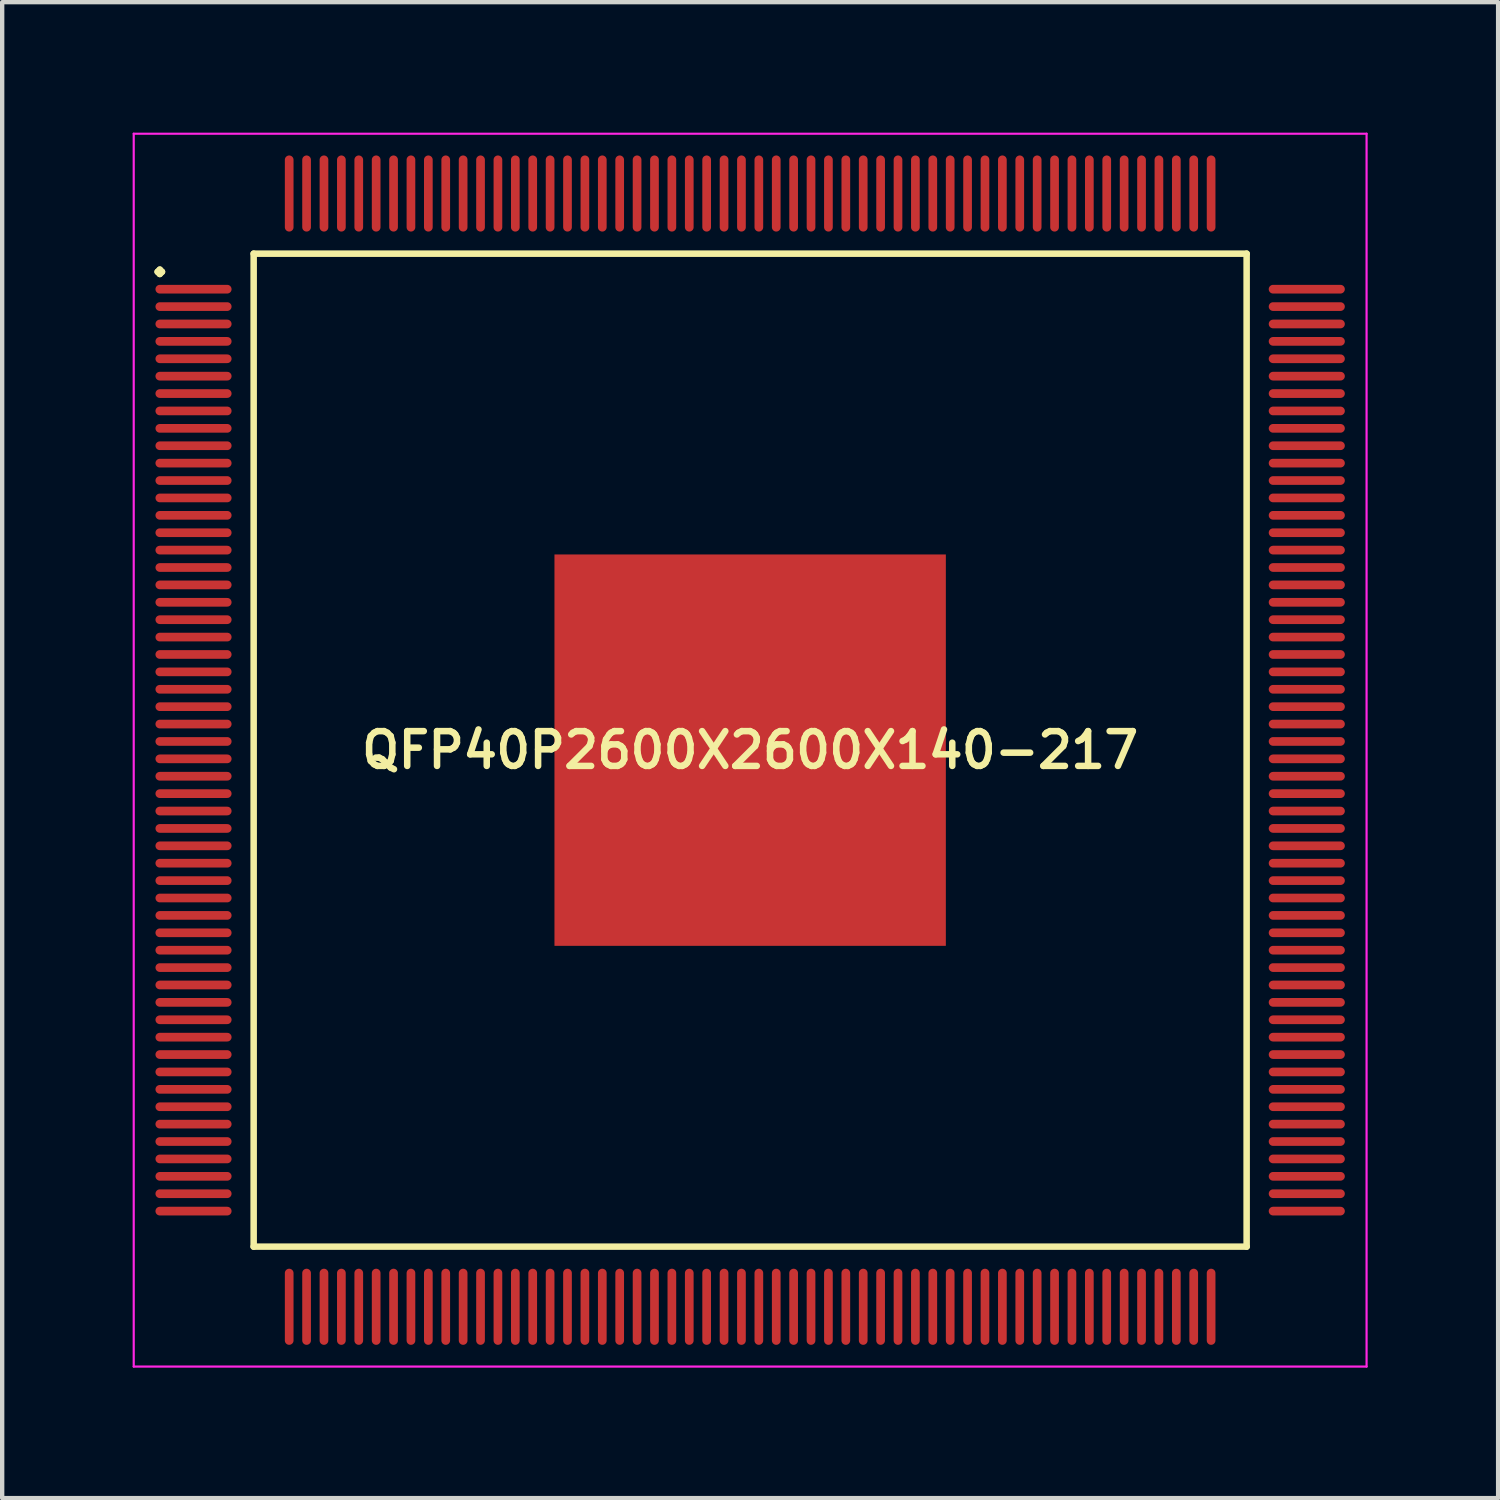
<source format=kicad_pcb>
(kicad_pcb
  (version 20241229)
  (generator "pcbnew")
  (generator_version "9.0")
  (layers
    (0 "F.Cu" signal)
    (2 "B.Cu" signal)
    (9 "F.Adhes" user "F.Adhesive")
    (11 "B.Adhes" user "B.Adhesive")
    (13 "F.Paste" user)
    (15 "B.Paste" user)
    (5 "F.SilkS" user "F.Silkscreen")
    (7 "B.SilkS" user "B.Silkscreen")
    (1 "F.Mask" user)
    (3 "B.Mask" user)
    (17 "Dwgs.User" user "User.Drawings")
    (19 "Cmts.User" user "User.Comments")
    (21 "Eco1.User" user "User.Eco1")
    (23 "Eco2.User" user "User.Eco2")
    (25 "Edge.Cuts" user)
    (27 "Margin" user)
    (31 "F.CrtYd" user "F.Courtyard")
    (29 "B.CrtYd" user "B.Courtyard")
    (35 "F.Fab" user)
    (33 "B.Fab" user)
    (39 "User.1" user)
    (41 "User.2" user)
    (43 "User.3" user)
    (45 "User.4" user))
  (footprint "QFP40P2600X2600X140-217"
    (layer "F.Cu")
    (at 14.2 14.2)
    (property "Reference" "QFP40P2600X2600X140-217" (at 0 0 0) (layer "F.SilkS") (effects (font (size 0.8 0.8) (thickness 0.15))))
    (attr smd)
    (fp_line (start -13.625 -11) (end -13.575 -11.05) (stroke (width 0.15) (type solid)) (layer "F.SilkS"))
    (fp_line (start -13.575 -11.05) (end -13.525 -11) (stroke (width 0.15) (type solid)) (layer "F.SilkS"))
    (fp_line (start -13.575 -10.95) (end -13.625 -11) (stroke (width 0.15) (type solid)) (layer "F.SilkS"))
    (fp_line (start -13.525 -11) (end -13.575 -10.95) (stroke (width 0.15) (type solid)) (layer "F.SilkS"))
    (fp_line (start -11.417 -11.417) (end -11.417 11.417) (stroke (width 0.15) (type solid)) (layer "F.SilkS"))
    (fp_line (start -11.417 11.417) (end 11.417 11.417) (stroke (width 0.15) (type solid)) (layer "F.SilkS"))
    (fp_line (start 11.417 -11.417) (end -11.417 -11.417) (stroke (width 0.15) (type solid)) (layer "F.SilkS"))
    (fp_line (start 11.417 11.417) (end 11.417 -11.417) (stroke (width 0.15) (type solid)) (layer "F.SilkS"))
    (fp_line (start -14.175 -14.175) (end 14.175 -14.175) (stroke (width 0.05) (type solid)) (layer "F.CrtYd"))
    (fp_line (start -14.175 14.175) (end -14.175 -14.175) (stroke (width 0.05) (type solid)) (layer "F.CrtYd"))
    (fp_line (start 14.175 -14.175) (end 14.175 14.175) (stroke (width 0.05) (type solid)) (layer "F.CrtYd"))
    (fp_line (start 14.175 14.175) (end -14.175 14.175) (stroke (width 0.05) (type solid)) (layer "F.CrtYd"))
    (pad "1" smd oval (at -12.8 -10.6) (size 1.75 0.2) (layers "F.Cu" "F.Mask" "F.Paste"))
    (pad "2" smd oval (at -12.8 -10.2) (size 1.75 0.2) (layers "F.Cu" "F.Mask" "F.Paste"))
    (pad "3" smd oval (at -12.8 -9.8) (size 1.75 0.2) (layers "F.Cu" "F.Mask" "F.Paste"))
    (pad "4" smd oval (at -12.8 -9.4) (size 1.75 0.2) (layers "F.Cu" "F.Mask" "F.Paste"))
    (pad "5" smd oval (at -12.8 -9) (size 1.75 0.2) (layers "F.Cu" "F.Mask" "F.Paste"))
    (pad "6" smd oval (at -12.8 -8.6) (size 1.75 0.2) (layers "F.Cu" "F.Mask" "F.Paste"))
    (pad "7" smd oval (at -12.8 -8.2) (size 1.75 0.2) (layers "F.Cu" "F.Mask" "F.Paste"))
    (pad "8" smd oval (at -12.8 -7.8) (size 1.75 0.2) (layers "F.Cu" "F.Mask" "F.Paste"))
    (pad "9" smd oval (at -12.8 -7.4) (size 1.75 0.2) (layers "F.Cu" "F.Mask" "F.Paste"))
    (pad "10" smd oval (at -12.8 -7) (size 1.75 0.2) (layers "F.Cu" "F.Mask" "F.Paste"))
    (pad "11" smd oval (at -12.8 -6.6) (size 1.75 0.2) (layers "F.Cu" "F.Mask" "F.Paste"))
    (pad "12" smd oval (at -12.8 -6.2) (size 1.75 0.2) (layers "F.Cu" "F.Mask" "F.Paste"))
    (pad "13" smd oval (at -12.8 -5.8) (size 1.75 0.2) (layers "F.Cu" "F.Mask" "F.Paste"))
    (pad "14" smd oval (at -12.8 -5.4) (size 1.75 0.2) (layers "F.Cu" "F.Mask" "F.Paste"))
    (pad "15" smd oval (at -12.8 -5) (size 1.75 0.2) (layers "F.Cu" "F.Mask" "F.Paste"))
    (pad "16" smd oval (at -12.8 -4.6) (size 1.75 0.2) (layers "F.Cu" "F.Mask" "F.Paste"))
    (pad "17" smd oval (at -12.8 -4.2) (size 1.75 0.2) (layers "F.Cu" "F.Mask" "F.Paste"))
    (pad "18" smd oval (at -12.8 -3.8) (size 1.75 0.2) (layers "F.Cu" "F.Mask" "F.Paste"))
    (pad "19" smd oval (at -12.8 -3.4) (size 1.75 0.2) (layers "F.Cu" "F.Mask" "F.Paste"))
    (pad "20" smd oval (at -12.8 -3) (size 1.75 0.2) (layers "F.Cu" "F.Mask" "F.Paste"))
    (pad "21" smd oval (at -12.8 -2.6) (size 1.75 0.2) (layers "F.Cu" "F.Mask" "F.Paste"))
    (pad "22" smd oval (at -12.8 -2.2) (size 1.75 0.2) (layers "F.Cu" "F.Mask" "F.Paste"))
    (pad "23" smd oval (at -12.8 -1.8) (size 1.75 0.2) (layers "F.Cu" "F.Mask" "F.Paste"))
    (pad "24" smd oval (at -12.8 -1.4) (size 1.75 0.2) (layers "F.Cu" "F.Mask" "F.Paste"))
    (pad "25" smd oval (at -12.8 -1) (size 1.75 0.2) (layers "F.Cu" "F.Mask" "F.Paste"))
    (pad "26" smd oval (at -12.8 -0.6) (size 1.75 0.2) (layers "F.Cu" "F.Mask" "F.Paste"))
    (pad "27" smd oval (at -12.8 -0.2) (size 1.75 0.2) (layers "F.Cu" "F.Mask" "F.Paste"))
    (pad "28" smd oval (at -12.8 0.2) (size 1.75 0.2) (layers "F.Cu" "F.Mask" "F.Paste"))
    (pad "29" smd oval (at -12.8 0.6) (size 1.75 0.2) (layers "F.Cu" "F.Mask" "F.Paste"))
    (pad "30" smd oval (at -12.8 1) (size 1.75 0.2) (layers "F.Cu" "F.Mask" "F.Paste"))
    (pad "31" smd oval (at -12.8 1.4) (size 1.75 0.2) (layers "F.Cu" "F.Mask" "F.Paste"))
    (pad "32" smd oval (at -12.8 1.8) (size 1.75 0.2) (layers "F.Cu" "F.Mask" "F.Paste"))
    (pad "33" smd oval (at -12.8 2.2) (size 1.75 0.2) (layers "F.Cu" "F.Mask" "F.Paste"))
    (pad "34" smd oval (at -12.8 2.6) (size 1.75 0.2) (layers "F.Cu" "F.Mask" "F.Paste"))
    (pad "35" smd oval (at -12.8 3) (size 1.75 0.2) (layers "F.Cu" "F.Mask" "F.Paste"))
    (pad "36" smd oval (at -12.8 3.4) (size 1.75 0.2) (layers "F.Cu" "F.Mask" "F.Paste"))
    (pad "37" smd oval (at -12.8 3.8) (size 1.75 0.2) (layers "F.Cu" "F.Mask" "F.Paste"))
    (pad "38" smd oval (at -12.8 4.2) (size 1.75 0.2) (layers "F.Cu" "F.Mask" "F.Paste"))
    (pad "39" smd oval (at -12.8 4.6) (size 1.75 0.2) (layers "F.Cu" "F.Mask" "F.Paste"))
    (pad "40" smd oval (at -12.8 5) (size 1.75 0.2) (layers "F.Cu" "F.Mask" "F.Paste"))
    (pad "41" smd oval (at -12.8 5.4) (size 1.75 0.2) (layers "F.Cu" "F.Mask" "F.Paste"))
    (pad "42" smd oval (at -12.8 5.8) (size 1.75 0.2) (layers "F.Cu" "F.Mask" "F.Paste"))
    (pad "43" smd oval (at -12.8 6.2) (size 1.75 0.2) (layers "F.Cu" "F.Mask" "F.Paste"))
    (pad "44" smd oval (at -12.8 6.6) (size 1.75 0.2) (layers "F.Cu" "F.Mask" "F.Paste"))
    (pad "45" smd oval (at -12.8 7) (size 1.75 0.2) (layers "F.Cu" "F.Mask" "F.Paste"))
    (pad "46" smd oval (at -12.8 7.4) (size 1.75 0.2) (layers "F.Cu" "F.Mask" "F.Paste"))
    (pad "47" smd oval (at -12.8 7.8) (size 1.75 0.2) (layers "F.Cu" "F.Mask" "F.Paste"))
    (pad "48" smd oval (at -12.8 8.2) (size 1.75 0.2) (layers "F.Cu" "F.Mask" "F.Paste"))
    (pad "49" smd oval (at -12.8 8.6) (size 1.75 0.2) (layers "F.Cu" "F.Mask" "F.Paste"))
    (pad "50" smd oval (at -12.8 9) (size 1.75 0.2) (layers "F.Cu" "F.Mask" "F.Paste"))
    (pad "51" smd oval (at -12.8 9.4) (size 1.75 0.2) (layers "F.Cu" "F.Mask" "F.Paste"))
    (pad "52" smd oval (at -12.8 9.8) (size 1.75 0.2) (layers "F.Cu" "F.Mask" "F.Paste"))
    (pad "53" smd oval (at -12.8 10.2) (size 1.75 0.2) (layers "F.Cu" "F.Mask" "F.Paste"))
    (pad "54" smd oval (at -12.8 10.6) (size 1.75 0.2) (layers "F.Cu" "F.Mask" "F.Paste"))
    (pad "55" smd oval (at -10.6 12.8) (size 0.2 1.75) (layers "F.Cu" "F.Mask" "F.Paste"))
    (pad "56" smd oval (at -10.2 12.8) (size 0.2 1.75) (layers "F.Cu" "F.Mask" "F.Paste"))
    (pad "57" smd oval (at -9.8 12.8) (size 0.2 1.75) (layers "F.Cu" "F.Mask" "F.Paste"))
    (pad "58" smd oval (at -9.4 12.8) (size 0.2 1.75) (layers "F.Cu" "F.Mask" "F.Paste"))
    (pad "59" smd oval (at -9 12.8) (size 0.2 1.75) (layers "F.Cu" "F.Mask" "F.Paste"))
    (pad "60" smd oval (at -8.6 12.8) (size 0.2 1.75) (layers "F.Cu" "F.Mask" "F.Paste"))
    (pad "61" smd oval (at -8.2 12.8) (size 0.2 1.75) (layers "F.Cu" "F.Mask" "F.Paste"))
    (pad "62" smd oval (at -7.8 12.8) (size 0.2 1.75) (layers "F.Cu" "F.Mask" "F.Paste"))
    (pad "63" smd oval (at -7.4 12.8) (size 0.2 1.75) (layers "F.Cu" "F.Mask" "F.Paste"))
    (pad "64" smd oval (at -7 12.8) (size 0.2 1.75) (layers "F.Cu" "F.Mask" "F.Paste"))
    (pad "65" smd oval (at -6.6 12.8) (size 0.2 1.75) (layers "F.Cu" "F.Mask" "F.Paste"))
    (pad "66" smd oval (at -6.2 12.8) (size 0.2 1.75) (layers "F.Cu" "F.Mask" "F.Paste"))
    (pad "67" smd oval (at -5.8 12.8) (size 0.2 1.75) (layers "F.Cu" "F.Mask" "F.Paste"))
    (pad "68" smd oval (at -5.4 12.8) (size 0.2 1.75) (layers "F.Cu" "F.Mask" "F.Paste"))
    (pad "69" smd oval (at -5 12.8) (size 0.2 1.75) (layers "F.Cu" "F.Mask" "F.Paste"))
    (pad "70" smd oval (at -4.6 12.8) (size 0.2 1.75) (layers "F.Cu" "F.Mask" "F.Paste"))
    (pad "71" smd oval (at -4.2 12.8) (size 0.2 1.75) (layers "F.Cu" "F.Mask" "F.Paste"))
    (pad "72" smd oval (at -3.8 12.8) (size 0.2 1.75) (layers "F.Cu" "F.Mask" "F.Paste"))
    (pad "73" smd oval (at -3.4 12.8) (size 0.2 1.75) (layers "F.Cu" "F.Mask" "F.Paste"))
    (pad "74" smd oval (at -3 12.8) (size 0.2 1.75) (layers "F.Cu" "F.Mask" "F.Paste"))
    (pad "75" smd oval (at -2.6 12.8) (size 0.2 1.75) (layers "F.Cu" "F.Mask" "F.Paste"))
    (pad "76" smd oval (at -2.2 12.8) (size 0.2 1.75) (layers "F.Cu" "F.Mask" "F.Paste"))
    (pad "77" smd oval (at -1.8 12.8) (size 0.2 1.75) (layers "F.Cu" "F.Mask" "F.Paste"))
    (pad "78" smd oval (at -1.4 12.8) (size 0.2 1.75) (layers "F.Cu" "F.Mask" "F.Paste"))
    (pad "79" smd oval (at -1 12.8) (size 0.2 1.75) (layers "F.Cu" "F.Mask" "F.Paste"))
    (pad "80" smd oval (at -0.6 12.8) (size 0.2 1.75) (layers "F.Cu" "F.Mask" "F.Paste"))
    (pad "81" smd oval (at -0.2 12.8) (size 0.2 1.75) (layers "F.Cu" "F.Mask" "F.Paste"))
    (pad "82" smd oval (at 0.2 12.8) (size 0.2 1.75) (layers "F.Cu" "F.Mask" "F.Paste"))
    (pad "83" smd oval (at 0.6 12.8) (size 0.2 1.75) (layers "F.Cu" "F.Mask" "F.Paste"))
    (pad "84" smd oval (at 1 12.8) (size 0.2 1.75) (layers "F.Cu" "F.Mask" "F.Paste"))
    (pad "85" smd oval (at 1.4 12.8) (size 0.2 1.75) (layers "F.Cu" "F.Mask" "F.Paste"))
    (pad "86" smd oval (at 1.8 12.8) (size 0.2 1.75) (layers "F.Cu" "F.Mask" "F.Paste"))
    (pad "87" smd oval (at 2.2 12.8) (size 0.2 1.75) (layers "F.Cu" "F.Mask" "F.Paste"))
    (pad "88" smd oval (at 2.6 12.8) (size 0.2 1.75) (layers "F.Cu" "F.Mask" "F.Paste"))
    (pad "89" smd oval (at 3 12.8) (size 0.2 1.75) (layers "F.Cu" "F.Mask" "F.Paste"))
    (pad "90" smd oval (at 3.4 12.8) (size 0.2 1.75) (layers "F.Cu" "F.Mask" "F.Paste"))
    (pad "91" smd oval (at 3.8 12.8) (size 0.2 1.75) (layers "F.Cu" "F.Mask" "F.Paste"))
    (pad "92" smd oval (at 4.2 12.8) (size 0.2 1.75) (layers "F.Cu" "F.Mask" "F.Paste"))
    (pad "93" smd oval (at 4.6 12.8) (size 0.2 1.75) (layers "F.Cu" "F.Mask" "F.Paste"))
    (pad "94" smd oval (at 5 12.8) (size 0.2 1.75) (layers "F.Cu" "F.Mask" "F.Paste"))
    (pad "95" smd oval (at 5.4 12.8) (size 0.2 1.75) (layers "F.Cu" "F.Mask" "F.Paste"))
    (pad "96" smd oval (at 5.8 12.8) (size 0.2 1.75) (layers "F.Cu" "F.Mask" "F.Paste"))
    (pad "97" smd oval (at 6.2 12.8) (size 0.2 1.75) (layers "F.Cu" "F.Mask" "F.Paste"))
    (pad "98" smd oval (at 6.6 12.8) (size 0.2 1.75) (layers "F.Cu" "F.Mask" "F.Paste"))
    (pad "99" smd oval (at 7 12.8) (size 0.2 1.75) (layers "F.Cu" "F.Mask" "F.Paste"))
    (pad "100" smd oval (at 7.4 12.8) (size 0.2 1.75) (layers "F.Cu" "F.Mask" "F.Paste"))
    (pad "101" smd oval (at 7.8 12.8) (size 0.2 1.75) (layers "F.Cu" "F.Mask" "F.Paste"))
    (pad "102" smd oval (at 8.2 12.8) (size 0.2 1.75) (layers "F.Cu" "F.Mask" "F.Paste"))
    (pad "103" smd oval (at 8.6 12.8) (size 0.2 1.75) (layers "F.Cu" "F.Mask" "F.Paste"))
    (pad "104" smd oval (at 9 12.8) (size 0.2 1.75) (layers "F.Cu" "F.Mask" "F.Paste"))
    (pad "105" smd oval (at 9.4 12.8) (size 0.2 1.75) (layers "F.Cu" "F.Mask" "F.Paste"))
    (pad "106" smd oval (at 9.8 12.8) (size 0.2 1.75) (layers "F.Cu" "F.Mask" "F.Paste"))
    (pad "107" smd oval (at 10.2 12.8) (size 0.2 1.75) (layers "F.Cu" "F.Mask" "F.Paste"))
    (pad "108" smd oval (at 10.6 12.8) (size 0.2 1.75) (layers "F.Cu" "F.Mask" "F.Paste"))
    (pad "109" smd oval (at 12.8 10.6) (size 1.75 0.2) (layers "F.Cu" "F.Mask" "F.Paste"))
    (pad "110" smd oval (at 12.8 10.2) (size 1.75 0.2) (layers "F.Cu" "F.Mask" "F.Paste"))
    (pad "111" smd oval (at 12.8 9.8) (size 1.75 0.2) (layers "F.Cu" "F.Mask" "F.Paste"))
    (pad "112" smd oval (at 12.8 9.4) (size 1.75 0.2) (layers "F.Cu" "F.Mask" "F.Paste"))
    (pad "113" smd oval (at 12.8 9) (size 1.75 0.2) (layers "F.Cu" "F.Mask" "F.Paste"))
    (pad "114" smd oval (at 12.8 8.6) (size 1.75 0.2) (layers "F.Cu" "F.Mask" "F.Paste"))
    (pad "115" smd oval (at 12.8 8.2) (size 1.75 0.2) (layers "F.Cu" "F.Mask" "F.Paste"))
    (pad "116" smd oval (at 12.8 7.8) (size 1.75 0.2) (layers "F.Cu" "F.Mask" "F.Paste"))
    (pad "117" smd oval (at 12.8 7.4) (size 1.75 0.2) (layers "F.Cu" "F.Mask" "F.Paste"))
    (pad "118" smd oval (at 12.8 7) (size 1.75 0.2) (layers "F.Cu" "F.Mask" "F.Paste"))
    (pad "119" smd oval (at 12.8 6.6) (size 1.75 0.2) (layers "F.Cu" "F.Mask" "F.Paste"))
    (pad "120" smd oval (at 12.8 6.2) (size 1.75 0.2) (layers "F.Cu" "F.Mask" "F.Paste"))
    (pad "121" smd oval (at 12.8 5.8) (size 1.75 0.2) (layers "F.Cu" "F.Mask" "F.Paste"))
    (pad "122" smd oval (at 12.8 5.4) (size 1.75 0.2) (layers "F.Cu" "F.Mask" "F.Paste"))
    (pad "123" smd oval (at 12.8 5) (size 1.75 0.2) (layers "F.Cu" "F.Mask" "F.Paste"))
    (pad "124" smd oval (at 12.8 4.6) (size 1.75 0.2) (layers "F.Cu" "F.Mask" "F.Paste"))
    (pad "125" smd oval (at 12.8 4.2) (size 1.75 0.2) (layers "F.Cu" "F.Mask" "F.Paste"))
    (pad "126" smd oval (at 12.8 3.8) (size 1.75 0.2) (layers "F.Cu" "F.Mask" "F.Paste"))
    (pad "127" smd oval (at 12.8 3.4) (size 1.75 0.2) (layers "F.Cu" "F.Mask" "F.Paste"))
    (pad "128" smd oval (at 12.8 3) (size 1.75 0.2) (layers "F.Cu" "F.Mask" "F.Paste"))
    (pad "129" smd oval (at 12.8 2.6) (size 1.75 0.2) (layers "F.Cu" "F.Mask" "F.Paste"))
    (pad "130" smd oval (at 12.8 2.2) (size 1.75 0.2) (layers "F.Cu" "F.Mask" "F.Paste"))
    (pad "131" smd oval (at 12.8 1.8) (size 1.75 0.2) (layers "F.Cu" "F.Mask" "F.Paste"))
    (pad "132" smd oval (at 12.8 1.4) (size 1.75 0.2) (layers "F.Cu" "F.Mask" "F.Paste"))
    (pad "133" smd oval (at 12.8 1) (size 1.75 0.2) (layers "F.Cu" "F.Mask" "F.Paste"))
    (pad "134" smd oval (at 12.8 0.6) (size 1.75 0.2) (layers "F.Cu" "F.Mask" "F.Paste"))
    (pad "135" smd oval (at 12.8 0.2) (size 1.75 0.2) (layers "F.Cu" "F.Mask" "F.Paste"))
    (pad "136" smd oval (at 12.8 -0.2) (size 1.75 0.2) (layers "F.Cu" "F.Mask" "F.Paste"))
    (pad "137" smd oval (at 12.8 -0.6) (size 1.75 0.2) (layers "F.Cu" "F.Mask" "F.Paste"))
    (pad "138" smd oval (at 12.8 -1) (size 1.75 0.2) (layers "F.Cu" "F.Mask" "F.Paste"))
    (pad "139" smd oval (at 12.8 -1.4) (size 1.75 0.2) (layers "F.Cu" "F.Mask" "F.Paste"))
    (pad "140" smd oval (at 12.8 -1.8) (size 1.75 0.2) (layers "F.Cu" "F.Mask" "F.Paste"))
    (pad "141" smd oval (at 12.8 -2.2) (size 1.75 0.2) (layers "F.Cu" "F.Mask" "F.Paste"))
    (pad "142" smd oval (at 12.8 -2.6) (size 1.75 0.2) (layers "F.Cu" "F.Mask" "F.Paste"))
    (pad "143" smd oval (at 12.8 -3) (size 1.75 0.2) (layers "F.Cu" "F.Mask" "F.Paste"))
    (pad "144" smd oval (at 12.8 -3.4) (size 1.75 0.2) (layers "F.Cu" "F.Mask" "F.Paste"))
    (pad "145" smd oval (at 12.8 -3.8) (size 1.75 0.2) (layers "F.Cu" "F.Mask" "F.Paste"))
    (pad "146" smd oval (at 12.8 -4.2) (size 1.75 0.2) (layers "F.Cu" "F.Mask" "F.Paste"))
    (pad "147" smd oval (at 12.8 -4.6) (size 1.75 0.2) (layers "F.Cu" "F.Mask" "F.Paste"))
    (pad "148" smd oval (at 12.8 -5) (size 1.75 0.2) (layers "F.Cu" "F.Mask" "F.Paste"))
    (pad "149" smd oval (at 12.8 -5.4) (size 1.75 0.2) (layers "F.Cu" "F.Mask" "F.Paste"))
    (pad "150" smd oval (at 12.8 -5.8) (size 1.75 0.2) (layers "F.Cu" "F.Mask" "F.Paste"))
    (pad "151" smd oval (at 12.8 -6.2) (size 1.75 0.2) (layers "F.Cu" "F.Mask" "F.Paste"))
    (pad "152" smd oval (at 12.8 -6.6) (size 1.75 0.2) (layers "F.Cu" "F.Mask" "F.Paste"))
    (pad "153" smd oval (at 12.8 -7) (size 1.75 0.2) (layers "F.Cu" "F.Mask" "F.Paste"))
    (pad "154" smd oval (at 12.8 -7.4) (size 1.75 0.2) (layers "F.Cu" "F.Mask" "F.Paste"))
    (pad "155" smd oval (at 12.8 -7.8) (size 1.75 0.2) (layers "F.Cu" "F.Mask" "F.Paste"))
    (pad "156" smd oval (at 12.8 -8.2) (size 1.75 0.2) (layers "F.Cu" "F.Mask" "F.Paste"))
    (pad "157" smd oval (at 12.8 -8.6) (size 1.75 0.2) (layers "F.Cu" "F.Mask" "F.Paste"))
    (pad "158" smd oval (at 12.8 -9) (size 1.75 0.2) (layers "F.Cu" "F.Mask" "F.Paste"))
    (pad "159" smd oval (at 12.8 -9.4) (size 1.75 0.2) (layers "F.Cu" "F.Mask" "F.Paste"))
    (pad "160" smd oval (at 12.8 -9.8) (size 1.75 0.2) (layers "F.Cu" "F.Mask" "F.Paste"))
    (pad "161" smd oval (at 12.8 -10.2) (size 1.75 0.2) (layers "F.Cu" "F.Mask" "F.Paste"))
    (pad "162" smd oval (at 12.8 -10.6) (size 1.75 0.2) (layers "F.Cu" "F.Mask" "F.Paste"))
    (pad "163" smd oval (at 10.6 -12.8) (size 0.2 1.75) (layers "F.Cu" "F.Mask" "F.Paste"))
    (pad "164" smd oval (at 10.2 -12.8) (size 0.2 1.75) (layers "F.Cu" "F.Mask" "F.Paste"))
    (pad "165" smd oval (at 9.8 -12.8) (size 0.2 1.75) (layers "F.Cu" "F.Mask" "F.Paste"))
    (pad "166" smd oval (at 9.4 -12.8) (size 0.2 1.75) (layers "F.Cu" "F.Mask" "F.Paste"))
    (pad "167" smd oval (at 9 -12.8) (size 0.2 1.75) (layers "F.Cu" "F.Mask" "F.Paste"))
    (pad "168" smd oval (at 8.6 -12.8) (size 0.2 1.75) (layers "F.Cu" "F.Mask" "F.Paste"))
    (pad "169" smd oval (at 8.2 -12.8) (size 0.2 1.75) (layers "F.Cu" "F.Mask" "F.Paste"))
    (pad "170" smd oval (at 7.8 -12.8) (size 0.2 1.75) (layers "F.Cu" "F.Mask" "F.Paste"))
    (pad "171" smd oval (at 7.4 -12.8) (size 0.2 1.75) (layers "F.Cu" "F.Mask" "F.Paste"))
    (pad "172" smd oval (at 7 -12.8) (size 0.2 1.75) (layers "F.Cu" "F.Mask" "F.Paste"))
    (pad "173" smd oval (at 6.6 -12.8) (size 0.2 1.75) (layers "F.Cu" "F.Mask" "F.Paste"))
    (pad "174" smd oval (at 6.2 -12.8) (size 0.2 1.75) (layers "F.Cu" "F.Mask" "F.Paste"))
    (pad "175" smd oval (at 5.8 -12.8) (size 0.2 1.75) (layers "F.Cu" "F.Mask" "F.Paste"))
    (pad "176" smd oval (at 5.4 -12.8) (size 0.2 1.75) (layers "F.Cu" "F.Mask" "F.Paste"))
    (pad "177" smd oval (at 5 -12.8) (size 0.2 1.75) (layers "F.Cu" "F.Mask" "F.Paste"))
    (pad "178" smd oval (at 4.6 -12.8) (size 0.2 1.75) (layers "F.Cu" "F.Mask" "F.Paste"))
    (pad "179" smd oval (at 4.2 -12.8) (size 0.2 1.75) (layers "F.Cu" "F.Mask" "F.Paste"))
    (pad "180" smd oval (at 3.8 -12.8) (size 0.2 1.75) (layers "F.Cu" "F.Mask" "F.Paste"))
    (pad "181" smd oval (at 3.4 -12.8) (size 0.2 1.75) (layers "F.Cu" "F.Mask" "F.Paste"))
    (pad "182" smd oval (at 3 -12.8) (size 0.2 1.75) (layers "F.Cu" "F.Mask" "F.Paste"))
    (pad "183" smd oval (at 2.6 -12.8) (size 0.2 1.75) (layers "F.Cu" "F.Mask" "F.Paste"))
    (pad "184" smd oval (at 2.2 -12.8) (size 0.2 1.75) (layers "F.Cu" "F.Mask" "F.Paste"))
    (pad "185" smd oval (at 1.8 -12.8) (size 0.2 1.75) (layers "F.Cu" "F.Mask" "F.Paste"))
    (pad "186" smd oval (at 1.4 -12.8) (size 0.2 1.75) (layers "F.Cu" "F.Mask" "F.Paste"))
    (pad "187" smd oval (at 1 -12.8) (size 0.2 1.75) (layers "F.Cu" "F.Mask" "F.Paste"))
    (pad "188" smd oval (at 0.6 -12.8) (size 0.2 1.75) (layers "F.Cu" "F.Mask" "F.Paste"))
    (pad "189" smd oval (at 0.2 -12.8) (size 0.2 1.75) (layers "F.Cu" "F.Mask" "F.Paste"))
    (pad "190" smd oval (at -0.2 -12.8) (size 0.2 1.75) (layers "F.Cu" "F.Mask" "F.Paste"))
    (pad "191" smd oval (at -0.6 -12.8) (size 0.2 1.75) (layers "F.Cu" "F.Mask" "F.Paste"))
    (pad "192" smd oval (at -1 -12.8) (size 0.2 1.75) (layers "F.Cu" "F.Mask" "F.Paste"))
    (pad "193" smd oval (at -1.4 -12.8) (size 0.2 1.75) (layers "F.Cu" "F.Mask" "F.Paste"))
    (pad "194" smd oval (at -1.8 -12.8) (size 0.2 1.75) (layers "F.Cu" "F.Mask" "F.Paste"))
    (pad "195" smd oval (at -2.2 -12.8) (size 0.2 1.75) (layers "F.Cu" "F.Mask" "F.Paste"))
    (pad "196" smd oval (at -2.6 -12.8) (size 0.2 1.75) (layers "F.Cu" "F.Mask" "F.Paste"))
    (pad "197" smd oval (at -3 -12.8) (size 0.2 1.75) (layers "F.Cu" "F.Mask" "F.Paste"))
    (pad "198" smd oval (at -3.4 -12.8) (size 0.2 1.75) (layers "F.Cu" "F.Mask" "F.Paste"))
    (pad "199" smd oval (at -3.8 -12.8) (size 0.2 1.75) (layers "F.Cu" "F.Mask" "F.Paste"))
    (pad "200" smd oval (at -4.2 -12.8) (size 0.2 1.75) (layers "F.Cu" "F.Mask" "F.Paste"))
    (pad "201" smd oval (at -4.6 -12.8) (size 0.2 1.75) (layers "F.Cu" "F.Mask" "F.Paste"))
    (pad "202" smd oval (at -5 -12.8) (size 0.2 1.75) (layers "F.Cu" "F.Mask" "F.Paste"))
    (pad "203" smd oval (at -5.4 -12.8) (size 0.2 1.75) (layers "F.Cu" "F.Mask" "F.Paste"))
    (pad "204" smd oval (at -5.8 -12.8) (size 0.2 1.75) (layers "F.Cu" "F.Mask" "F.Paste"))
    (pad "205" smd oval (at -6.2 -12.8) (size 0.2 1.75) (layers "F.Cu" "F.Mask" "F.Paste"))
    (pad "206" smd oval (at -6.6 -12.8) (size 0.2 1.75) (layers "F.Cu" "F.Mask" "F.Paste"))
    (pad "207" smd oval (at -7 -12.8) (size 0.2 1.75) (layers "F.Cu" "F.Mask" "F.Paste"))
    (pad "208" smd oval (at -7.4 -12.8) (size 0.2 1.75) (layers "F.Cu" "F.Mask" "F.Paste"))
    (pad "209" smd oval (at -7.8 -12.8) (size 0.2 1.75) (layers "F.Cu" "F.Mask" "F.Paste"))
    (pad "210" smd oval (at -8.2 -12.8) (size 0.2 1.75) (layers "F.Cu" "F.Mask" "F.Paste"))
    (pad "211" smd oval (at -8.6 -12.8) (size 0.2 1.75) (layers "F.Cu" "F.Mask" "F.Paste"))
    (pad "212" smd oval (at -9 -12.8) (size 0.2 1.75) (layers "F.Cu" "F.Mask" "F.Paste"))
    (pad "213" smd oval (at -9.4 -12.8) (size 0.2 1.75) (layers "F.Cu" "F.Mask" "F.Paste"))
    (pad "214" smd oval (at -9.8 -12.8) (size 0.2 1.75) (layers "F.Cu" "F.Mask" "F.Paste"))
    (pad "215" smd oval (at -10.2 -12.8) (size 0.2 1.75) (layers "F.Cu" "F.Mask" "F.Paste"))
    (pad "216" smd oval (at -10.6 -12.8) (size 0.2 1.75) (layers "F.Cu" "F.Mask" "F.Paste"))
    (pad "217" smd rect (at 0 0) (size 9 9) (layers "F.Cu" "F.Mask" "F.Paste")))
  (gr_rect
    (start -3 -3)
    (end 31.4 31.4)
    (stroke (width 0.1) (type default))
    (fill no)
    (layer "Edge.Cuts")))
</source>
